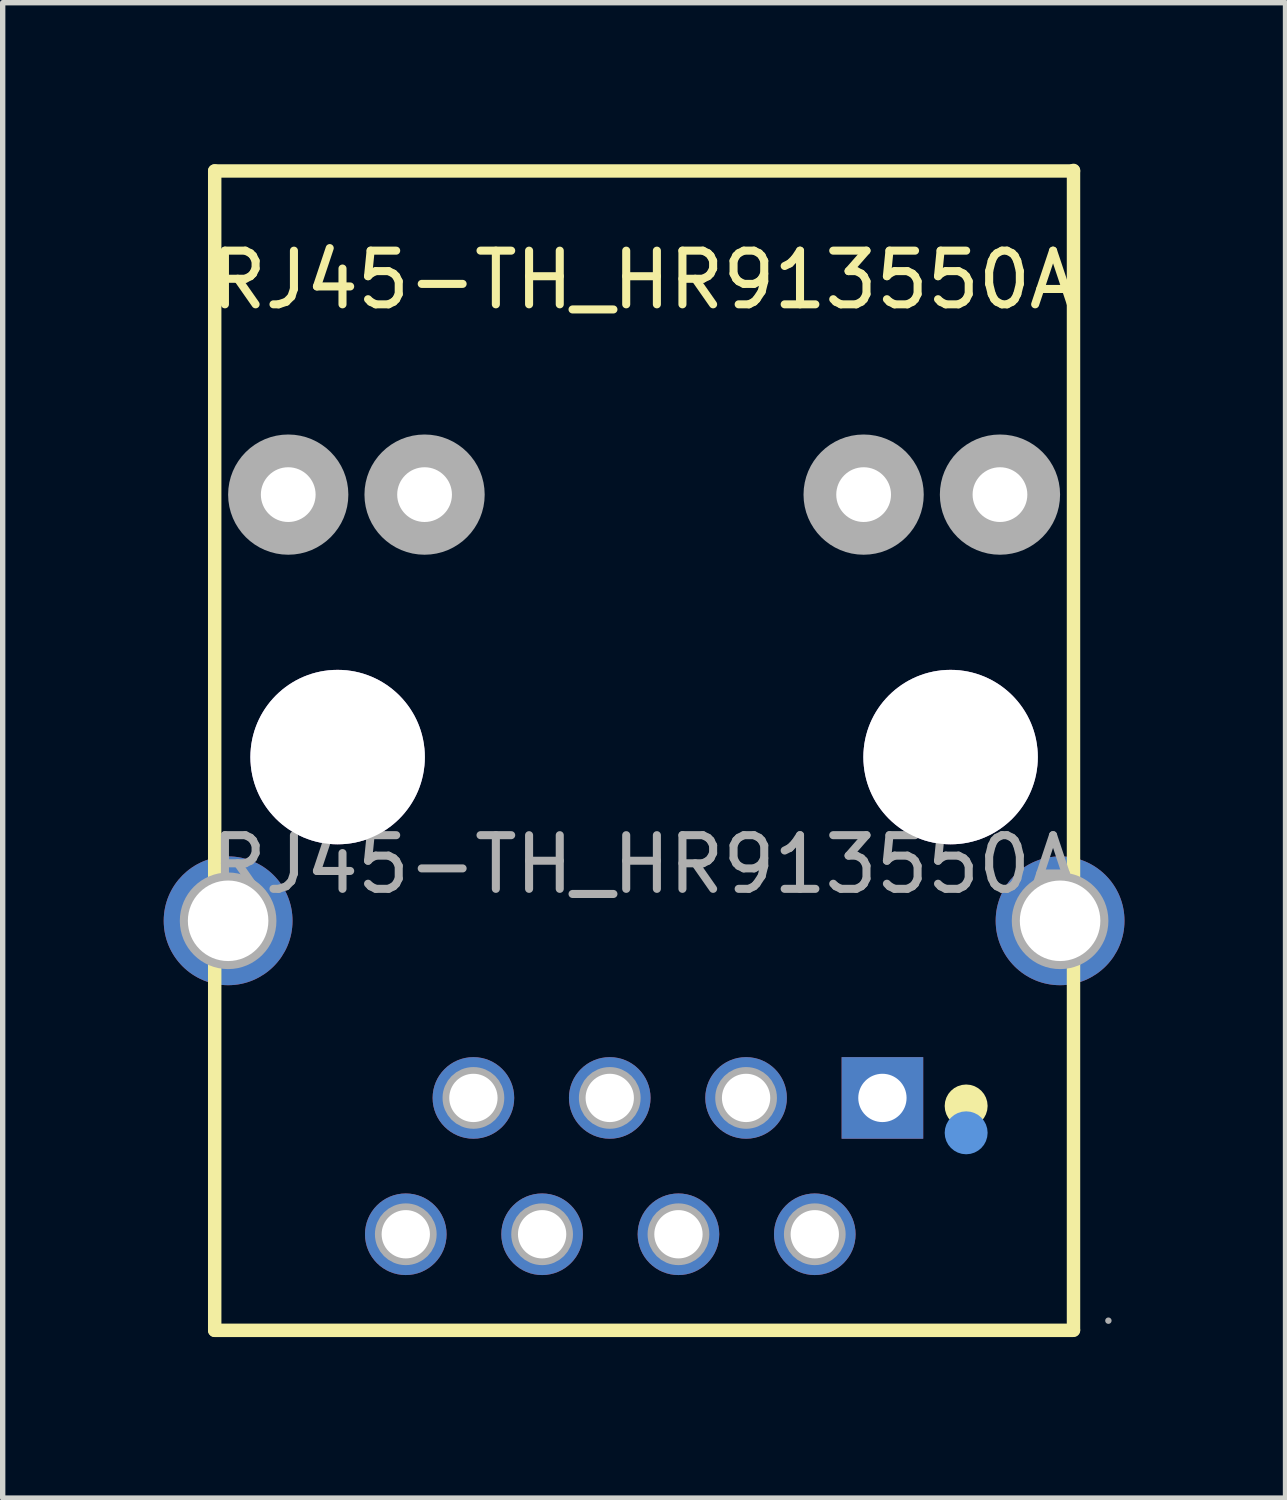
<source format=kicad_pcb>
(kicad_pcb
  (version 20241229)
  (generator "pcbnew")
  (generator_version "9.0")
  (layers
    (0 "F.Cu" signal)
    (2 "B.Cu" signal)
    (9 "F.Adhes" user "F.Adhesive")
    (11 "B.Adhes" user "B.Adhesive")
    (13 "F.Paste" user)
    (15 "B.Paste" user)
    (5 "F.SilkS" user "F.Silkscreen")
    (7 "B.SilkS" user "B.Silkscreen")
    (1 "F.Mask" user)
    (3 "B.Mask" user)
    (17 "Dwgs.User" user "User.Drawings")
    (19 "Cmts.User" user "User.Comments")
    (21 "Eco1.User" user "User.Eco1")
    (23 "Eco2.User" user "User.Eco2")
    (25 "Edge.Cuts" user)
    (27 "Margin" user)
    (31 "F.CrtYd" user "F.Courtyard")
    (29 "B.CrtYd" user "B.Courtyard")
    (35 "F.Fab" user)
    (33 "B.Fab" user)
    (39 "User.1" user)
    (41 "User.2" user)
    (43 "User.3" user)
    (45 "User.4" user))
  (footprint "RJ45-TH_HR913550A"
    (layer "F.Cu")
    (at 8.95 13.055)
    (property "Reference" "RJ45-TH_HR913550A" (at 0 -10.89 0) (layer "F.SilkS") (effects (font (size 1 1) (thickness 0.15))))
    (attr through_hole)
    (fp_line (start -8 -12.92) (end -8 8.68) (stroke (width 0.25) (type solid)) (layer "F.SilkS"))
    (fp_line (start -8 -12.92) (end 8 -12.92) (stroke (width 0.25) (type solid)) (layer "F.SilkS"))
    (fp_line (start -8 8.68) (end 8 8.68) (stroke (width 0.25) (type solid)) (layer "F.SilkS"))
    (fp_line (start 8 -12.93) (end 8 8.67) (stroke (width 0.25) (type solid)) (layer "F.SilkS"))
    (fp_circle (center 6 4.5) (end 6.2 4.5) (stroke (width 0.4) (type solid)) (fill no) (layer "F.SilkS"))
    (fp_circle (center -5.71 -2) (end -4.96 -2) (stroke (width 1.5) (type solid)) (fill no) (layer "Cmts.User"))
    (fp_circle (center 5.71 -2) (end 6.46 -2) (stroke (width 1.5) (type solid)) (fill no) (layer "Cmts.User"))
    (fp_circle (center 6 5) (end 6.2 5) (stroke (width 0.4) (type solid)) (fill no) (layer "Cmts.User"))
    (fp_circle (center -7.75 1.05) (end -7.3 1.05) (stroke (width 0.9) (type solid)) (fill no) (layer "F.Fab"))
    (fp_circle (center -6.63 -6.89) (end -6.26 -6.89) (stroke (width 0.75) (type solid)) (fill no) (layer "F.Fab"))
    (fp_circle (center -5.71 -2) (end -4.9 -2) (stroke (width 1.62) (type solid)) (fill no) (layer "F.Fab"))
    (fp_circle (center -4.44 6.89) (end -4.15 6.89) (stroke (width 0.57) (type solid)) (fill no) (layer "F.Fab"))
    (fp_circle (center -4.09 -6.89) (end -3.72 -6.89) (stroke (width 0.75) (type solid)) (fill no) (layer "F.Fab"))
    (fp_circle (center -3.18 4.35) (end -2.89 4.35) (stroke (width 0.57) (type solid)) (fill no) (layer "F.Fab"))
    (fp_circle (center -1.9 6.89) (end -1.61 6.89) (stroke (width 0.57) (type solid)) (fill no) (layer "F.Fab"))
    (fp_circle (center -0.64 4.35) (end -0.35 4.35) (stroke (width 0.57) (type solid)) (fill no) (layer "F.Fab"))
    (fp_circle (center 0.64 6.89) (end 0.93 6.89) (stroke (width 0.57) (type solid)) (fill no) (layer "F.Fab"))
    (fp_circle (center 1.9 4.35) (end 2.19 4.35) (stroke (width 0.57) (type solid)) (fill no) (layer "F.Fab"))
    (fp_circle (center 3.18 6.89) (end 3.47 6.89) (stroke (width 0.57) (type solid)) (fill no) (layer "F.Fab"))
    (fp_circle (center 4.09 -6.89) (end 4.46 -6.89) (stroke (width 0.75) (type solid)) (fill no) (layer "F.Fab"))
    (fp_circle (center 5.71 -2) (end 6.52 -2) (stroke (width 1.62) (type solid)) (fill no) (layer "F.Fab"))
    (fp_circle (center 6.63 -6.89) (end 7 -6.89) (stroke (width 0.75) (type solid)) (fill no) (layer "F.Fab"))
    (fp_circle (center 7.75 1.05) (end 8.2 1.05) (stroke (width 0.9) (type solid)) (fill no) (layer "F.Fab"))
    (fp_circle (center 8.65 8.5) (end 8.68 8.5) (stroke (width 0.06) (type solid)) (fill no) (layer "F.Fab"))
    (fp_text user "${REFERENCE}" (at 0 0 0) (layer "F.Fab") (effects (font (size 1 1) (thickness 0.15))))
    (pad "" thru_hole circle (at -5.71 -2) (size 3.25 3.25) (drill 3.25) (layers "*.Cu" "*.Mask"))
    (pad "" thru_hole circle (at 5.71 -2) (size 3.25 3.25) (drill 3.25) (layers "*.Cu" "*.Mask"))
    (pad "1" thru_hole rect (at 4.44 4.35 90) (size 1.52 1.52) (drill 0.9) (layers "*.Cu" "*.Mask"))
    (pad "2" thru_hole circle (at 3.18 6.89 90) (size 1.52 1.52) (drill 0.9) (layers "*.Cu" "*.Mask"))
    (pad "3" thru_hole circle (at 1.9 4.35 90) (size 1.52 1.52) (drill 0.9) (layers "*.Cu" "*.Mask"))
    (pad "4" thru_hole circle (at 0.64 6.89 90) (size 1.52 1.52) (drill 0.9) (layers "*.Cu" "*.Mask"))
    (pad "5" thru_hole circle (at -0.64 4.35 90) (size 1.52 1.52) (drill 0.9) (layers "*.Cu" "*.Mask"))
    (pad "6" thru_hole circle (at -1.9 6.89 90) (size 1.52 1.52) (drill 0.9) (layers "*.Cu" "*.Mask"))
    (pad "7" thru_hole circle (at -3.18 4.35 90) (size 1.52 1.52) (drill 0.9) (layers "*.Cu" "*.Mask"))
    (pad "8" thru_hole circle (at -4.44 6.89 90) (size 1.52 1.52) (drill 0.9) (layers "*.Cu" "*.Mask"))
    (pad "9" thru_hole circle (at 6.63 -6.89 90) (size 2 2) (drill 1.02) (layers "*.Cu" "*.Mask"))
    (pad "10" thru_hole circle (at 4.09 -6.89 90) (size 2 2) (drill 1.02) (layers "*.Cu" "*.Mask"))
    (pad "11" thru_hole circle (at -4.09 -6.89 90) (size 2 2) (drill 1.02) (layers "*.Cu" "*.Mask"))
    (pad "12" thru_hole circle (at -6.63 -6.89 90) (size 2 2) (drill 1.02) (layers "*.Cu" "*.Mask"))
    (pad "13" thru_hole circle (at 7.75 1.05 90) (size 2.4 2.4) (drill 1.5) (layers "*.Cu" "*.Mask"))
    (pad "14" thru_hole circle (at -7.75 1.05 90) (size 2.4 2.4) (drill 1.5) (layers "*.Cu" "*.Mask")))
  (gr_rect
    (start -3 -3)
    (end 20.9 24.86)
    (stroke (width 0.1) (type default))
    (fill no)
    (layer "Edge.Cuts")))
</source>
